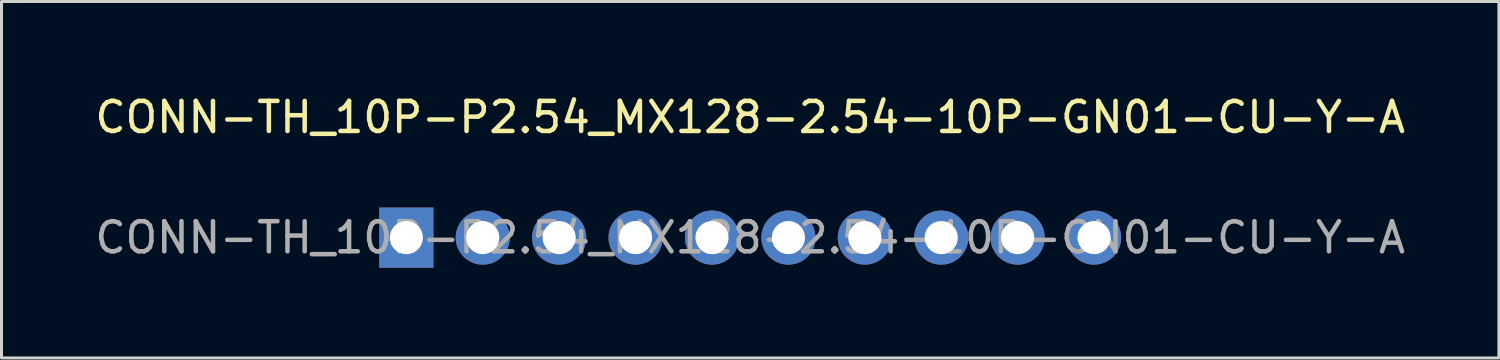
<source format=kicad_pcb>
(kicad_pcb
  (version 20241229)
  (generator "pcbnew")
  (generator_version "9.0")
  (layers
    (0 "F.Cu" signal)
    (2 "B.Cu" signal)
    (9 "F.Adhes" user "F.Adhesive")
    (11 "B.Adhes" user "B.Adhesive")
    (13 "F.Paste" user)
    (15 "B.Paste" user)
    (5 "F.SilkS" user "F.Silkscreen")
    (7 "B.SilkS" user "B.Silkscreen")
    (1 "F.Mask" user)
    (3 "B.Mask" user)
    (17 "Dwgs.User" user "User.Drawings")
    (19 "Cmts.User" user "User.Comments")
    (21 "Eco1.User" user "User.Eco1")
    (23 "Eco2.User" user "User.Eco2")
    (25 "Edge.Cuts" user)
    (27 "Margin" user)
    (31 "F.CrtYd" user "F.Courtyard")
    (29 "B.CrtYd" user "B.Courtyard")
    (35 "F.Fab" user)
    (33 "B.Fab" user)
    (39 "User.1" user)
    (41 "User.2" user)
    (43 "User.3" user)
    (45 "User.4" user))
  (footprint "CONN-TH_10P-P2.54_MX128-2.54-10P-GN01-CU-Y-A"
    (layer "F.Cu")
    (at 21.887 4.848)
    (property "Reference" "CONN-TH_10P-P2.54_MX128-2.54-10P-GN01-CU-Y-A" (at 0 -4 0) (layer "F.SilkS") (effects (font (size 1 1) (thickness 0.15))))
    (attr through_hole)
    (fp_text user "${REFERENCE}" (at 0 0 0) (layer "F.Fab") (effects (font (size 1 1) (thickness 0.15))))
    (pad "1" thru_hole rect (at -11.43 0) (size 1.8 2) (drill 1.1) (layers "*.Cu" "*.Mask"))
    (pad "2" thru_hole circle (at -8.89 0) (size 1.8 1.8) (drill 1.1) (layers "*.Cu" "*.Mask"))
    (pad "3" thru_hole circle (at -6.35 0) (size 1.8 1.8) (drill 1.1) (layers "*.Cu" "*.Mask"))
    (pad "4" thru_hole circle (at -3.81 0) (size 1.8 1.8) (drill 1.1) (layers "*.Cu" "*.Mask"))
    (pad "5" thru_hole circle (at -1.27 0) (size 1.8 1.8) (drill 1.1) (layers "*.Cu" "*.Mask"))
    (pad "6" thru_hole circle (at 1.27 0) (size 1.8 1.8) (drill 1.1) (layers "*.Cu" "*.Mask"))
    (pad "7" thru_hole circle (at 3.81 0) (size 1.8 1.8) (drill 1.1) (layers "*.Cu" "*.Mask"))
    (pad "8" thru_hole circle (at 6.35 0) (size 1.8 1.8) (drill 1.1) (layers "*.Cu" "*.Mask"))
    (pad "9" thru_hole circle (at 8.89 0) (size 1.8 1.8) (drill 1.1) (layers "*.Cu" "*.Mask"))
    (pad "10" thru_hole circle (at 11.43 0) (size 1.8 1.8) (drill 1.1) (layers "*.Cu" "*.Mask")))
  (gr_rect
    (start -3 -3)
    (end 46.774 8.848)
    (stroke (width 0.1) (type default))
    (fill no)
    (layer "Edge.Cuts")))
</source>
